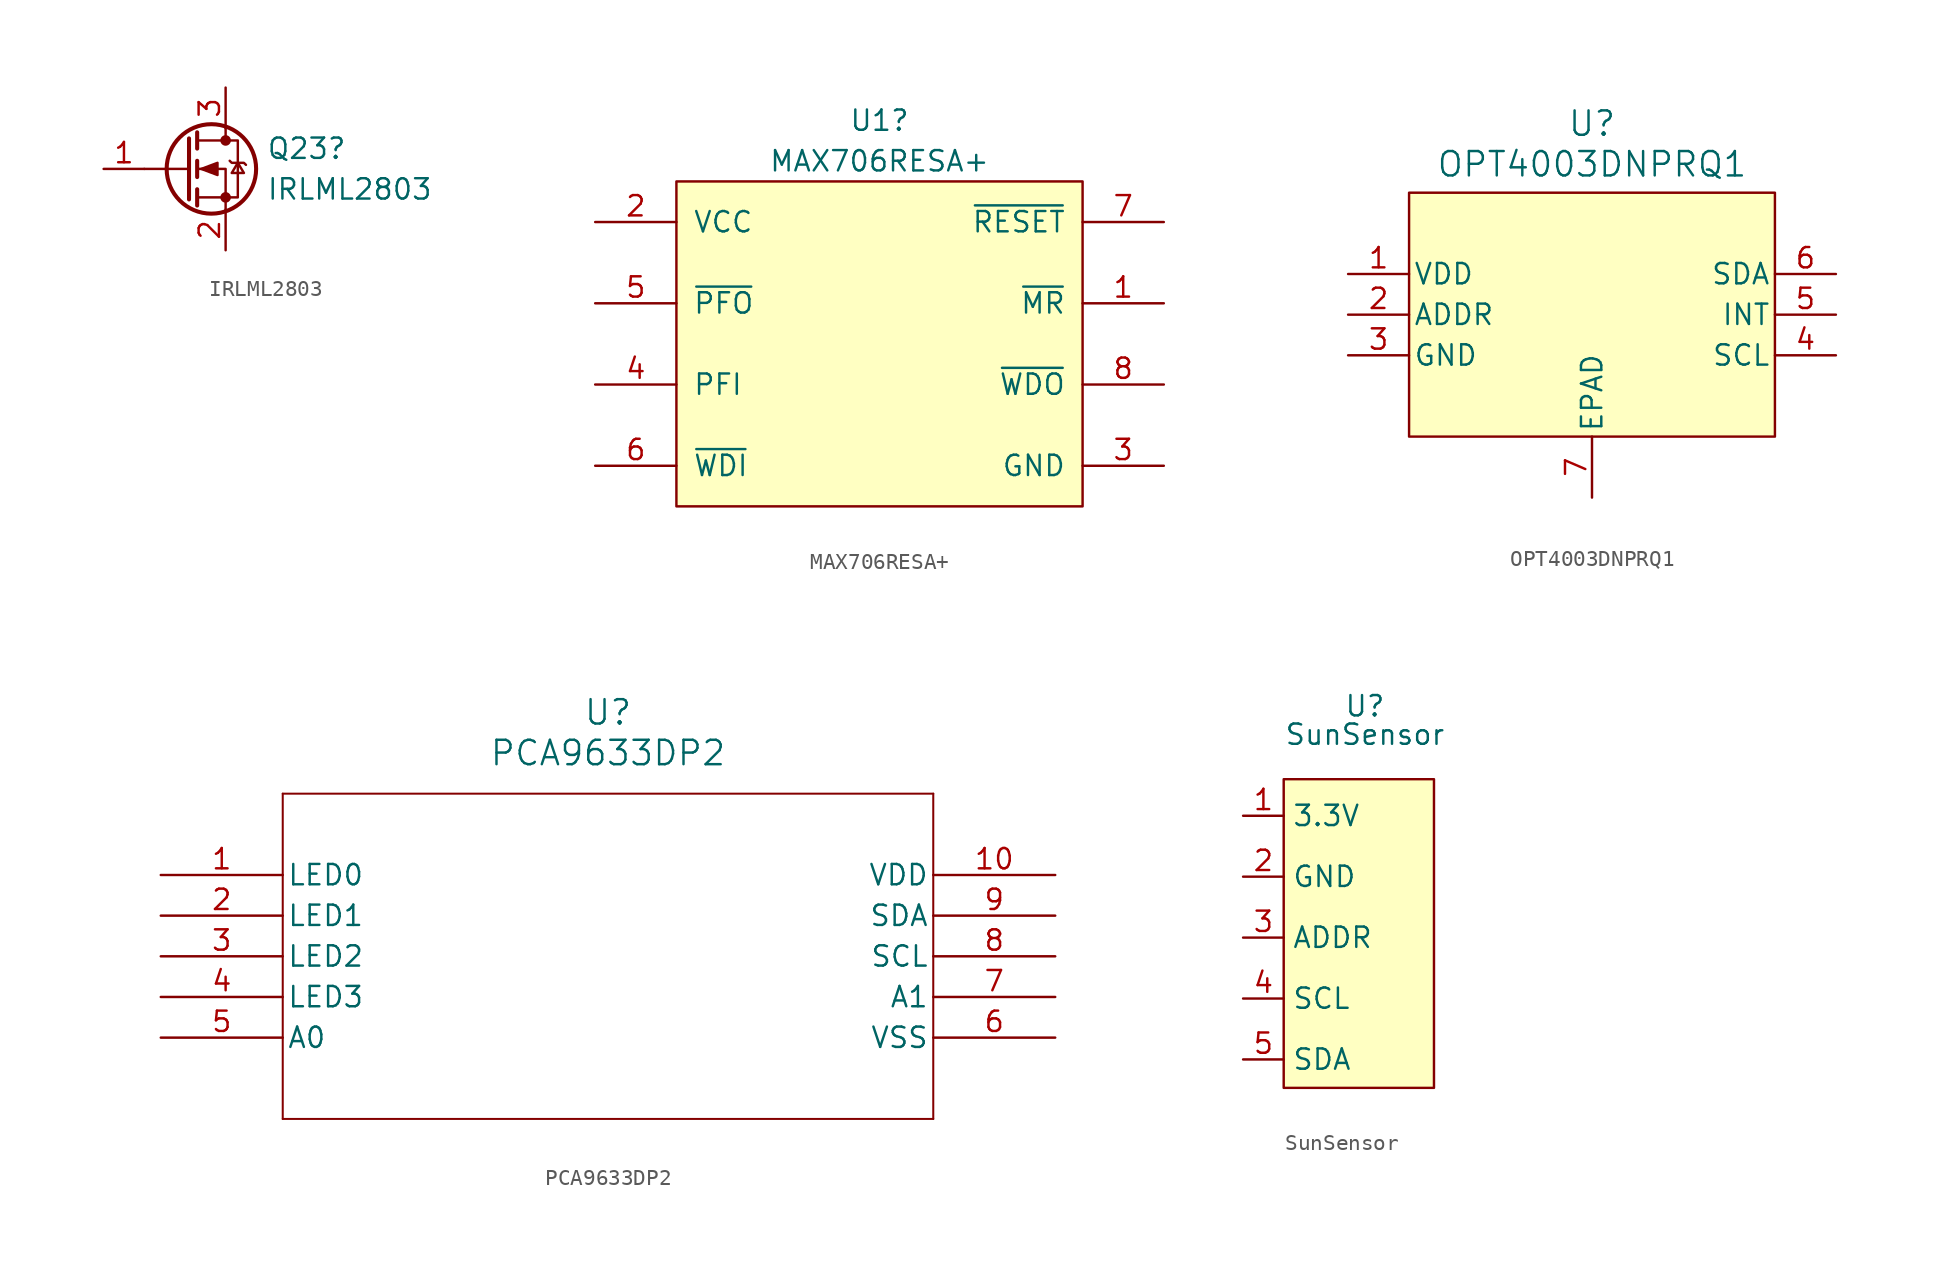
<source format=kicad_sym>
(kicad_symbol_lib
  (version 20231120)
  (generator "kicad_symbol_editor")
  (generator_version "8.0")
  (symbol "IRLML2803"
    (pin_names hide)
    (property "Reference" "Q23"
      (at 2.54 1.27 0)
      (effects (font (size 1.27 1.27)) (justify left)))
    (property "Value" "IRLML2803"
      (at 2.54 -1.27 0)
      (effects (font (size 1.27 1.27)) (justify left)))
    (symbol "IRLML2803_0_1"
      (circle (center -0.889 0) (radius 2.794) (stroke (width 0.254) (type default)) (fill (type none)))
      (circle (center 0 -1.778) (radius 0.254) (stroke (width 0) (type default)) (fill (type outline)))
      (polyline (pts (xy -2.286 0) (xy -5.08 0)) (stroke (width 0) (type default)) (fill (type none)))
      (polyline (pts (xy -2.286 1.905) (xy -2.286 -1.905)) (stroke (width 0.254) (type default)) (fill (type none)))
      (polyline (pts (xy -1.778 -1.27) (xy -1.778 -2.286)) (stroke (width 0.254) (type default)) (fill (type none)))
      (polyline (pts (xy -1.778 0.508) (xy -1.778 -0.508)) (stroke (width 0.254) (type default)) (fill (type none)))
      (polyline (pts (xy -1.778 2.286) (xy -1.778 1.27)) (stroke (width 0.254) (type default)) (fill (type none)))
      (polyline (pts (xy 0 2.54) (xy 0 1.778)) (stroke (width 0) (type default)) (fill (type none)))
      (polyline (pts (xy 0 -2.54) (xy 0 0) (xy -1.778 0)) (stroke (width 0) (type default)) (fill (type none)))
      (polyline (pts (xy -1.778 -1.778) (xy 0.762 -1.778) (xy 0.762 1.778) (xy -1.778 1.778)) (stroke (width 0) (type default)) (fill (type none)))
      (polyline (pts (xy -1.524 0) (xy -0.508 0.381) (xy -0.508 -0.381) (xy -1.524 0)) (stroke (width 0) (type default)) (fill (type outline)))
      (polyline (pts (xy 0.254 0.508) (xy 0.381 0.381) (xy 1.143 0.381) (xy 1.27 0.254)) (stroke (width 0) (type default)) (fill (type none)))
      (polyline (pts (xy 0.762 0.381) (xy 0.381 -0.254) (xy 1.143 -0.254) (xy 0.762 0.381)) (stroke (width 0) (type default)) (fill (type none)))
      (circle (center 0 1.778) (radius 0.254) (stroke (width 0) (type default)) (fill (type outline))))
    (symbol "IRLML2803_1_1"
      (pin input line (at -7.62 0 0) (length 2.54) (name "G" (effects (font (size 1.27 1.27)))) (number "1" (effects (font (size 1.27 1.27)))))
      (pin passive line (at 0 -5.08 90) (length 2.54) (name "S" (effects (font (size 1.27 1.27)))) (number "2" (effects (font (size 1.27 1.27)))))
      (pin passive line (at 0 5.08 270) (length 2.54) (name "D" (effects (font (size 1.27 1.27)))) (number "3" (effects (font (size 1.27 1.27)))))))
  (symbol "MAX706RESA+"
    (pin_names
      (offset 1.016))
    (property "Reference" "U1"
      (at 0 13.97 0)
      (effects (font (size 1.27 1.27))))
    (property "Value" "MAX706RESA+"
      (at 0 11.43 0)
      (effects (font (size 1.27 1.27))))
    (symbol "MAX706RESA+_1_0"
      (rectangle (start -12.7 10.16) (end 12.7 -10.16) (stroke (width 0) (type default)) (fill (type background)))
      (pin input line (at 17.78 2.54 180) (length 5.08) (name "~{MR}" (effects (font (size 1.27 1.27)))) (number "1" (effects (font (size 1.27 1.27)))))
      (pin power_in line (at -17.78 7.62 0) (length 5.08) (name "VCC" (effects (font (size 1.27 1.27)))) (number "2" (effects (font (size 1.27 1.27)))))
      (pin power_in line (at 17.78 -7.62 180) (length 5.08) (name "GND" (effects (font (size 1.27 1.27)))) (number "3" (effects (font (size 1.27 1.27)))))
      (pin input line (at -17.78 -2.54 0) (length 5.08) (name "PFI" (effects (font (size 1.27 1.27)))) (number "4" (effects (font (size 1.27 1.27)))))
      (pin output line (at -17.78 2.54 0) (length 5.08) (name "~{PFO}" (effects (font (size 1.27 1.27)))) (number "5" (effects (font (size 1.27 1.27)))))
      (pin input line (at -17.78 -7.62 0) (length 5.08) (name "~{WDI}" (effects (font (size 1.27 1.27)))) (number "6" (effects (font (size 1.27 1.27)))))
      (pin output line (at 17.78 7.62 180) (length 5.08) (name "~{RESET}" (effects (font (size 1.27 1.27)))) (number "7" (effects (font (size 1.27 1.27)))))
      (pin output line (at 17.78 -2.54 180) (length 5.08) (name "~{WDO}" (effects (font (size 1.27 1.27)))) (number "8" (effects (font (size 1.27 1.27)))))))
  (symbol "OPT4003DNPRQ1"
    (pin_names
      (offset 0.254))
    (property "Reference" "U"
      (at 0 11.938 0)
      (effects (font (size 1.524 1.524))))
    (property "Value" "OPT4003DNPRQ1"
      (at 0 9.398 0)
      (effects (font (size 1.524 1.524))))
    (property "ki_locked" ""
      (at 0 0 0)
      (effects (font (size 1.27 1.27))))
    (symbol "OPT4003DNPRQ1_1_1"
      (rectangle (start -11.43 7.62) (end 11.43 -7.62) (stroke (width 0) (type default)) (fill (type background)))
      (pin input line (at -15.24 2.54 0) (length 3.81) (name "VDD" (effects (font (size 1.27 1.27)))) (number "1" (effects (font (size 1.27 1.27)))))
      (pin input line (at -15.24 0 0) (length 3.81) (name "ADDR" (effects (font (size 1.27 1.27)))) (number "2" (effects (font (size 1.27 1.27)))))
      (pin power_in line (at -15.24 -2.54 0) (length 3.81) (name "GND" (effects (font (size 1.27 1.27)))) (number "3" (effects (font (size 1.27 1.27)))))
      (pin input line (at 15.24 -2.54 180) (length 3.81) (name "SCL" (effects (font (size 1.27 1.27)))) (number "4" (effects (font (size 1.27 1.27)))))
      (pin bidirectional line (at 15.24 0 180) (length 3.81) (name "INT" (effects (font (size 1.27 1.27)))) (number "5" (effects (font (size 1.27 1.27)))))
      (pin bidirectional line (at 15.24 2.54 180) (length 3.81) (name "SDA" (effects (font (size 1.27 1.27)))) (number "6" (effects (font (size 1.27 1.27)))))
      (pin power_out line (at 0 -11.43 90) (length 3.81) (name "EPAD" (effects (font (size 1.27 1.27)))) (number "7" (effects (font (size 1.27 1.27)))))))
  (symbol "PCA9633DP2"
    (pin_names
      (offset 0.254))
    (property "Reference" "U"
      (at 27.94 10.16 0)
      (effects (font (size 1.524 1.524))))
    (property "Value" "PCA9633DP2"
      (at 27.94 7.62 0)
      (effects (font (size 1.524 1.524))))
    (property "ki_locked" ""
      (at 0 0 0)
      (effects (font (size 1.27 1.27))))
    (symbol "PCA9633DP2_0_1"
      (polyline (pts (xy 7.62 -15.24) (xy 48.26 -15.24)) (stroke (width 0.127) (type default)) (fill (type none)))
      (polyline (pts (xy 7.62 5.08) (xy 7.62 -15.24)) (stroke (width 0.127) (type default)) (fill (type none)))
      (polyline (pts (xy 48.26 -15.24) (xy 48.26 5.08)) (stroke (width 0.127) (type default)) (fill (type none)))
      (polyline (pts (xy 48.26 5.08) (xy 7.62 5.08)) (stroke (width 0.127) (type default)) (fill (type none)))
      (pin unspecified line (at 0 0 0) (length 7.62) (name "LED0" (effects (font (size 1.27 1.27)))) (number "1" (effects (font (size 1.27 1.27)))))
      (pin unspecified line (at 55.88 0 180) (length 7.62) (name "VDD" (effects (font (size 1.27 1.27)))) (number "10" (effects (font (size 1.27 1.27)))))
      (pin unspecified line (at 0 -2.54 0) (length 7.62) (name "LED1" (effects (font (size 1.27 1.27)))) (number "2" (effects (font (size 1.27 1.27)))))
      (pin unspecified line (at 0 -5.08 0) (length 7.62) (name "LED2" (effects (font (size 1.27 1.27)))) (number "3" (effects (font (size 1.27 1.27)))))
      (pin unspecified line (at 0 -7.62 0) (length 7.62) (name "LED3" (effects (font (size 1.27 1.27)))) (number "4" (effects (font (size 1.27 1.27)))))
      (pin unspecified line (at 0 -10.16 0) (length 7.62) (name "A0" (effects (font (size 1.27 1.27)))) (number "5" (effects (font (size 1.27 1.27)))))
      (pin unspecified line (at 55.88 -10.16 180) (length 7.62) (name "VSS" (effects (font (size 1.27 1.27)))) (number "6" (effects (font (size 1.27 1.27)))))
      (pin unspecified line (at 55.88 -7.62 180) (length 7.62) (name "A1" (effects (font (size 1.27 1.27)))) (number "7" (effects (font (size 1.27 1.27)))))
      (pin unspecified line (at 55.88 -5.08 180) (length 7.62) (name "SCL" (effects (font (size 1.27 1.27)))) (number "8" (effects (font (size 1.27 1.27)))))
      (pin unspecified line (at 55.88 -2.54 180) (length 7.62) (name "SDA" (effects (font (size 1.27 1.27)))) (number "9" (effects (font (size 1.27 1.27)))))))
  (symbol "SunSensor"
    (property "Reference" "U"
      (at 0 13.208 0)
      (effects (font (size 1.27 1.27))))
    (property "Value" "SunSensor"
      (at 0 11.43 0)
      (effects (font (size 1.27 1.27))))
    (symbol "SunSensor_1_1"
      (rectangle (start -5.08 8.636) (end 4.318 -10.668) (stroke (width 0) (type default)) (fill (type background)))
      (pin input line (at -7.62 6.35 0) (length 2.54) (name "3.3V" (effects (font (size 1.27 1.27)))) (number "1" (effects (font (size 1.27 1.27)))))
      (pin input line (at -7.62 2.54 0) (length 2.54) (name "GND" (effects (font (size 1.27 1.27)))) (number "2" (effects (font (size 1.27 1.27)))))
      (pin input line (at -7.62 -1.27 0) (length 2.54) (name "ADDR" (effects (font (size 1.27 1.27)))) (number "3" (effects (font (size 1.27 1.27)))))
      (pin input line (at -7.62 -5.08 0) (length 2.54) (name "SCL" (effects (font (size 1.27 1.27)))) (number "4" (effects (font (size 1.27 1.27)))))
      (pin input line (at -7.62 -8.89 0) (length 2.54) (name "SDA" (effects (font (size 1.27 1.27)))) (number "5" (effects (font (size 1.27 1.27))))))))
</source>
